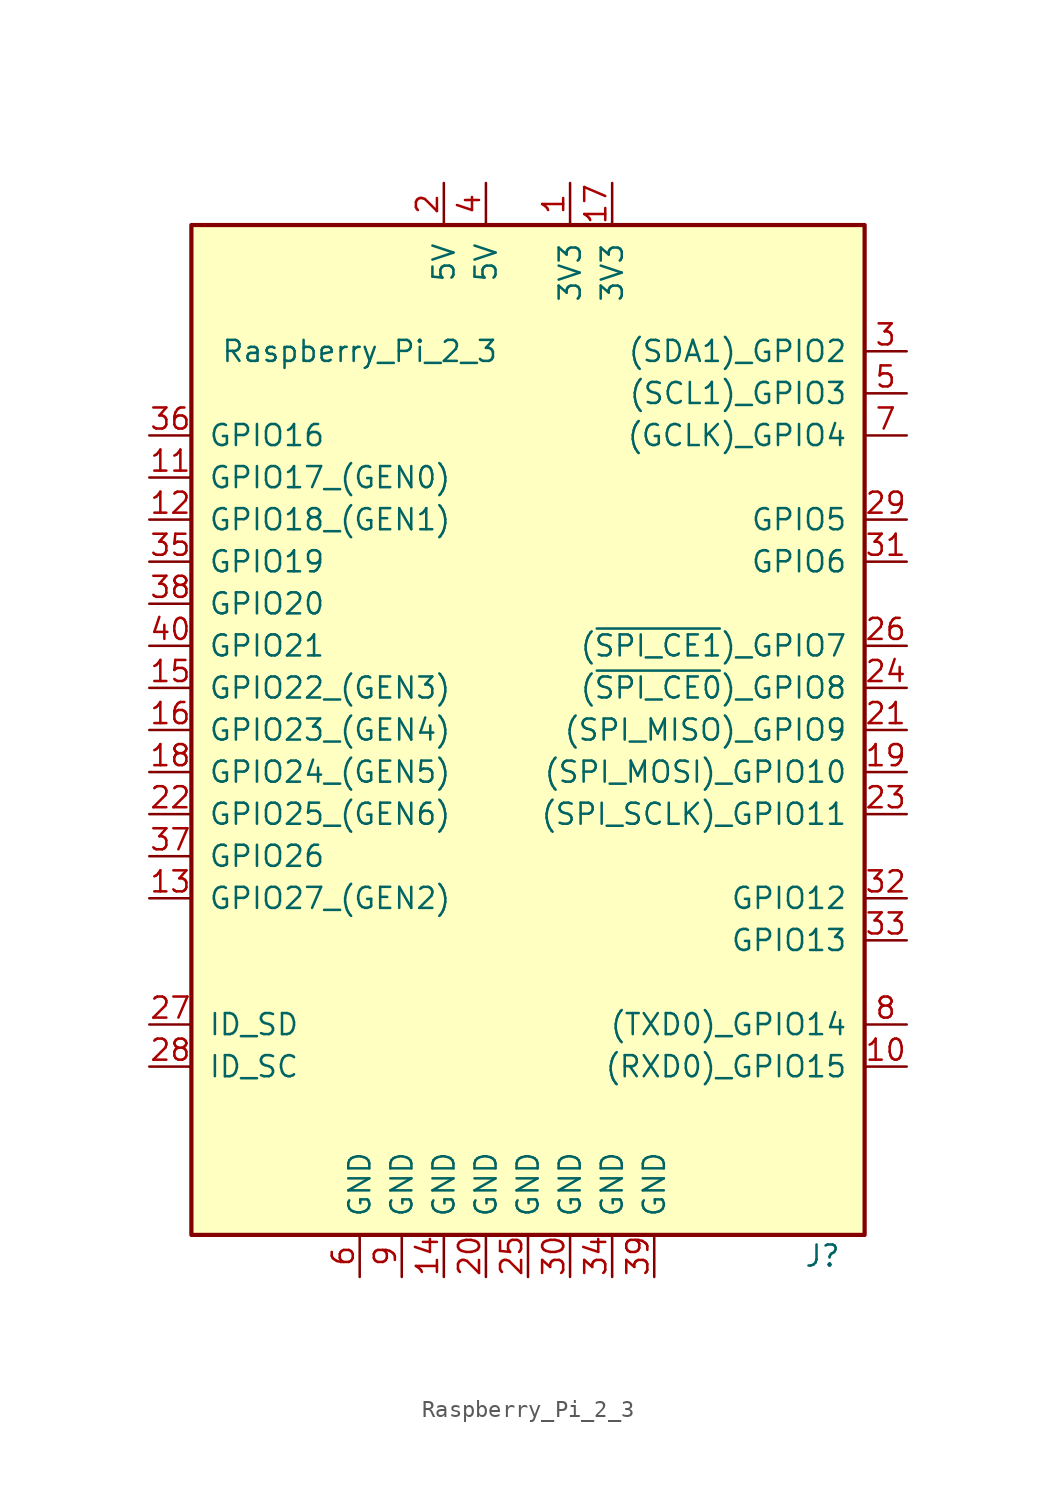
<source format=kicad_sym>
(kicad_symbol_lib
  (version 20211014)
  (generator kicad_symbol_editor)
  (symbol "Raspberry_Pi_2_3"
    (pin_names
      (offset 1.016))
    (property "Reference" "J"
      (at 17.78 -31.75 0)
      (effects (font (size 1.27 1.27))))
    (property "Value" "Raspberry_Pi_2_3"
      (at -10.16 22.86 0)
      (effects (font (size 1.27 1.27))))
    (symbol "Raspberry_Pi_2_3_0_1"
      (rectangle (start -20.32 30.48) (end 20.32 -30.48) (stroke (width 0.254) (type default) (color 0 0 0 0)) (fill (type background))))
    (symbol "Raspberry_Pi_2_3_1_1"
      (pin power_out line (at 2.54 33.02 270) (length 2.54) (name "3V3" (effects (font (size 1.27 1.27)))) (number "1" (effects (font (size 1.27 1.27)))))
      (pin bidirectional line (at 22.86 -20.32 180) (length 2.54) (name "(RXD0)_GPIO15" (effects (font (size 1.27 1.27)))) (number "10" (effects (font (size 1.27 1.27)))))
      (pin bidirectional line (at -22.86 15.24 0) (length 2.54) (name "GPIO17_(GEN0)" (effects (font (size 1.27 1.27)))) (number "11" (effects (font (size 1.27 1.27)))))
      (pin bidirectional line (at -22.86 12.7 0) (length 2.54) (name "GPIO18_(GEN1)" (effects (font (size 1.27 1.27)))) (number "12" (effects (font (size 1.27 1.27)))))
      (pin bidirectional line (at -22.86 -10.16 0) (length 2.54) (name "GPIO27_(GEN2)" (effects (font (size 1.27 1.27)))) (number "13" (effects (font (size 1.27 1.27)))))
      (pin passive line (at -5.08 -33.02 90) (length 2.54) (name "GND" (effects (font (size 1.27 1.27)))) (number "14" (effects (font (size 1.27 1.27)))))
      (pin bidirectional line (at -22.86 2.54 0) (length 2.54) (name "GPIO22_(GEN3)" (effects (font (size 1.27 1.27)))) (number "15" (effects (font (size 1.27 1.27)))))
      (pin bidirectional line (at -22.86 0 0) (length 2.54) (name "GPIO23_(GEN4)" (effects (font (size 1.27 1.27)))) (number "16" (effects (font (size 1.27 1.27)))))
      (pin power_out line (at 5.08 33.02 270) (length 2.54) (name "3V3" (effects (font (size 1.27 1.27)))) (number "17" (effects (font (size 1.27 1.27)))))
      (pin bidirectional line (at -22.86 -2.54 0) (length 2.54) (name "GPIO24_(GEN5)" (effects (font (size 1.27 1.27)))) (number "18" (effects (font (size 1.27 1.27)))))
      (pin bidirectional line (at 22.86 -2.54 180) (length 2.54) (name "(SPI_MOSI)_GPIO10" (effects (font (size 1.27 1.27)))) (number "19" (effects (font (size 1.27 1.27)))))
      (pin passive line (at -5.08 33.02 270) (length 2.54) (name "5V" (effects (font (size 1.27 1.27)))) (number "2" (effects (font (size 1.27 1.27)))))
      (pin passive line (at -2.54 -33.02 90) (length 2.54) (name "GND" (effects (font (size 1.27 1.27)))) (number "20" (effects (font (size 1.27 1.27)))))
      (pin bidirectional line (at 22.86 0 180) (length 2.54) (name "(SPI_MISO)_GPIO9" (effects (font (size 1.27 1.27)))) (number "21" (effects (font (size 1.27 1.27)))))
      (pin bidirectional line (at -22.86 -5.08 0) (length 2.54) (name "GPIO25_(GEN6)" (effects (font (size 1.27 1.27)))) (number "22" (effects (font (size 1.27 1.27)))))
      (pin bidirectional line (at 22.86 -5.08 180) (length 2.54) (name "(SPI_SCLK)_GPIO11" (effects (font (size 1.27 1.27)))) (number "23" (effects (font (size 1.27 1.27)))))
      (pin bidirectional line (at 22.86 2.54 180) (length 2.54) (name "(~{SPI_CE0})_GPIO8" (effects (font (size 1.27 1.27)))) (number "24" (effects (font (size 1.27 1.27)))))
      (pin passive line (at 0 -33.02 90) (length 2.54) (name "GND" (effects (font (size 1.27 1.27)))) (number "25" (effects (font (size 1.27 1.27)))))
      (pin bidirectional line (at 22.86 5.08 180) (length 2.54) (name "(~{SPI_CE1})_GPIO7" (effects (font (size 1.27 1.27)))) (number "26" (effects (font (size 1.27 1.27)))))
      (pin bidirectional line (at -22.86 -17.78 0) (length 2.54) (name "ID_SD" (effects (font (size 1.27 1.27)))) (number "27" (effects (font (size 1.27 1.27)))))
      (pin bidirectional line (at -22.86 -20.32 0) (length 2.54) (name "ID_SC" (effects (font (size 1.27 1.27)))) (number "28" (effects (font (size 1.27 1.27)))))
      (pin bidirectional line (at 22.86 12.7 180) (length 2.54) (name "GPIO5" (effects (font (size 1.27 1.27)))) (number "29" (effects (font (size 1.27 1.27)))))
      (pin bidirectional line (at 22.86 22.86 180) (length 2.54) (name "(SDA1)_GPIO2" (effects (font (size 1.27 1.27)))) (number "3" (effects (font (size 1.27 1.27)))))
      (pin passive line (at 2.54 -33.02 90) (length 2.54) (name "GND" (effects (font (size 1.27 1.27)))) (number "30" (effects (font (size 1.27 1.27)))))
      (pin bidirectional line (at 22.86 10.16 180) (length 2.54) (name "GPIO6" (effects (font (size 1.27 1.27)))) (number "31" (effects (font (size 1.27 1.27)))))
      (pin bidirectional line (at 22.86 -10.16 180) (length 2.54) (name "GPIO12" (effects (font (size 1.27 1.27)))) (number "32" (effects (font (size 1.27 1.27)))))
      (pin bidirectional line (at 22.86 -12.7 180) (length 2.54) (name "GPIO13" (effects (font (size 1.27 1.27)))) (number "33" (effects (font (size 1.27 1.27)))))
      (pin passive line (at 5.08 -33.02 90) (length 2.54) (name "GND" (effects (font (size 1.27 1.27)))) (number "34" (effects (font (size 1.27 1.27)))))
      (pin bidirectional line (at -22.86 10.16 0) (length 2.54) (name "GPIO19" (effects (font (size 1.27 1.27)))) (number "35" (effects (font (size 1.27 1.27)))))
      (pin bidirectional line (at -22.86 17.78 0) (length 2.54) (name "GPIO16" (effects (font (size 1.27 1.27)))) (number "36" (effects (font (size 1.27 1.27)))))
      (pin bidirectional line (at -22.86 -7.62 0) (length 2.54) (name "GPIO26" (effects (font (size 1.27 1.27)))) (number "37" (effects (font (size 1.27 1.27)))))
      (pin bidirectional line (at -22.86 7.62 0) (length 2.54) (name "GPIO20" (effects (font (size 1.27 1.27)))) (number "38" (effects (font (size 1.27 1.27)))))
      (pin passive line (at 7.62 -33.02 90) (length 2.54) (name "GND" (effects (font (size 1.27 1.27)))) (number "39" (effects (font (size 1.27 1.27)))))
      (pin passive line (at -2.54 33.02 270) (length 2.54) (name "5V" (effects (font (size 1.27 1.27)))) (number "4" (effects (font (size 1.27 1.27)))))
      (pin bidirectional line (at -22.86 5.08 0) (length 2.54) (name "GPIO21" (effects (font (size 1.27 1.27)))) (number "40" (effects (font (size 1.27 1.27)))))
      (pin bidirectional line (at 22.86 20.32 180) (length 2.54) (name "(SCL1)_GPIO3" (effects (font (size 1.27 1.27)))) (number "5" (effects (font (size 1.27 1.27)))))
      (pin passive line (at -10.16 -33.02 90) (length 2.54) (name "GND" (effects (font (size 1.27 1.27)))) (number "6" (effects (font (size 1.27 1.27)))))
      (pin bidirectional line (at 22.86 17.78 180) (length 2.54) (name "(GCLK)_GPIO4" (effects (font (size 1.27 1.27)))) (number "7" (effects (font (size 1.27 1.27)))))
      (pin bidirectional line (at 22.86 -17.78 180) (length 2.54) (name "(TXD0)_GPIO14" (effects (font (size 1.27 1.27)))) (number "8" (effects (font (size 1.27 1.27)))))
      (pin passive line (at -7.62 -33.02 90) (length 2.54) (name "GND" (effects (font (size 1.27 1.27)))) (number "9" (effects (font (size 1.27 1.27))))))))
</source>
